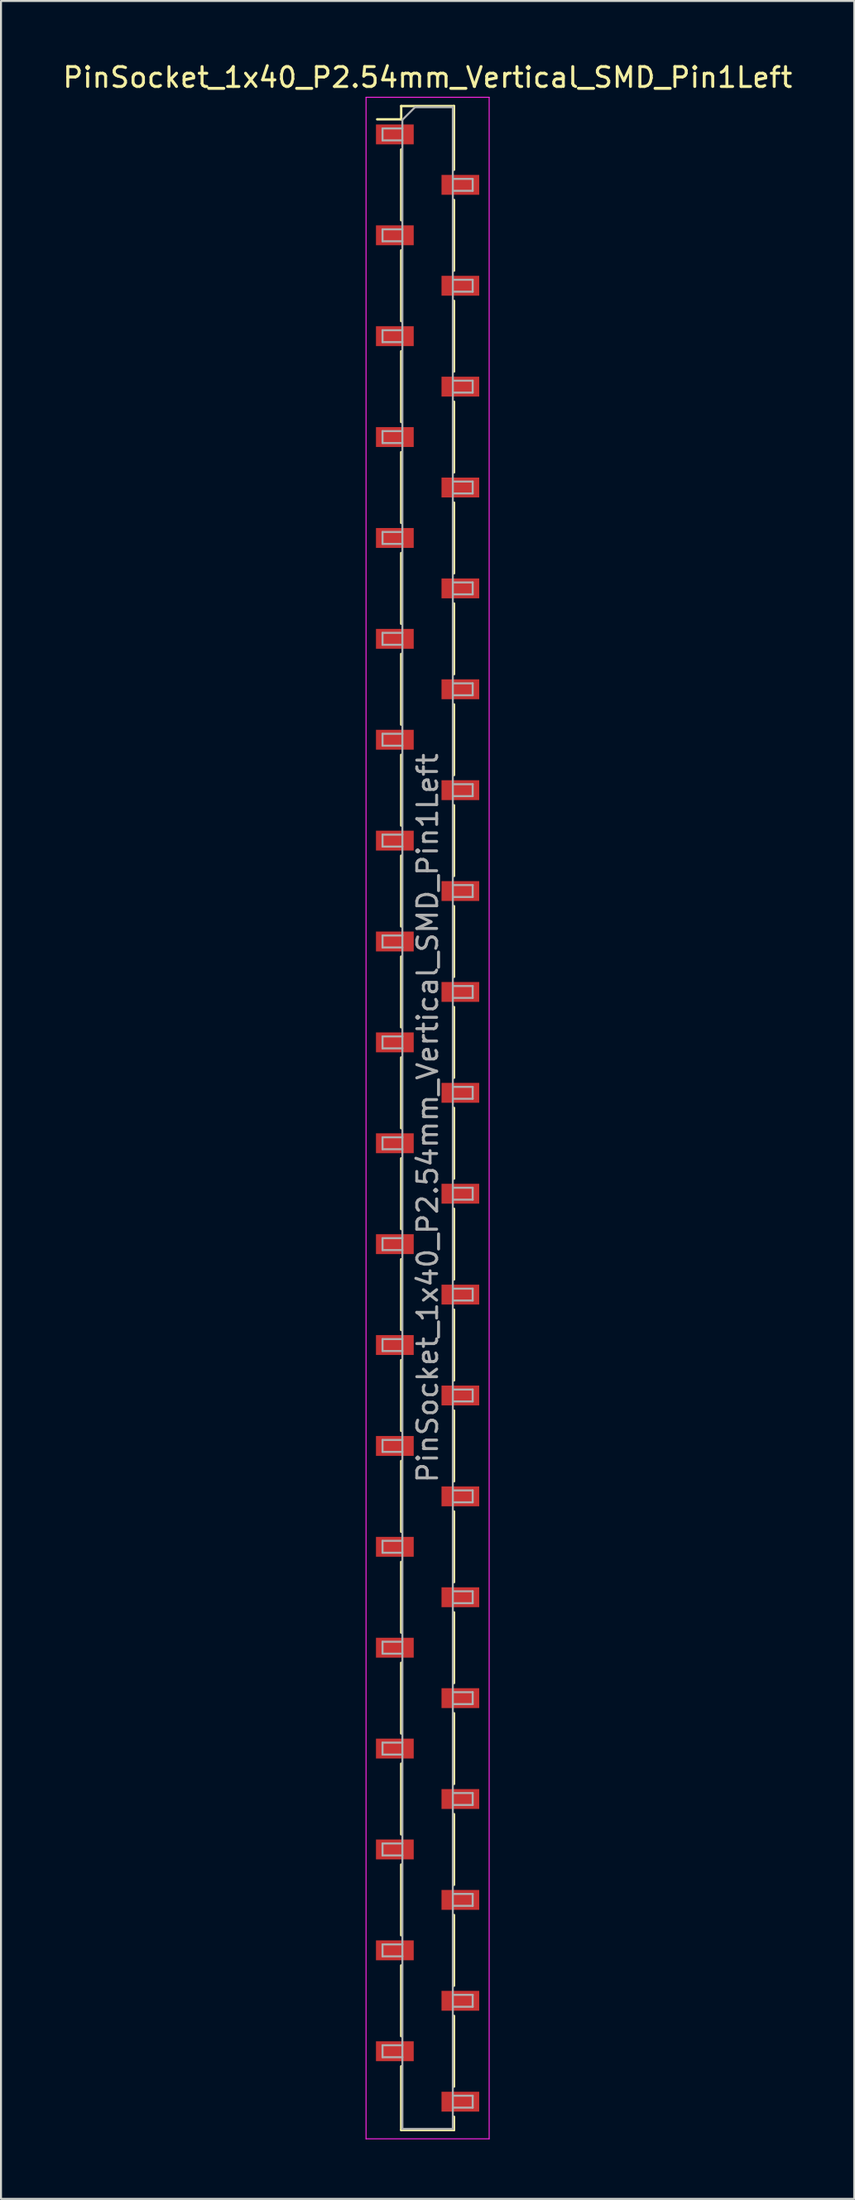
<source format=kicad_pcb>
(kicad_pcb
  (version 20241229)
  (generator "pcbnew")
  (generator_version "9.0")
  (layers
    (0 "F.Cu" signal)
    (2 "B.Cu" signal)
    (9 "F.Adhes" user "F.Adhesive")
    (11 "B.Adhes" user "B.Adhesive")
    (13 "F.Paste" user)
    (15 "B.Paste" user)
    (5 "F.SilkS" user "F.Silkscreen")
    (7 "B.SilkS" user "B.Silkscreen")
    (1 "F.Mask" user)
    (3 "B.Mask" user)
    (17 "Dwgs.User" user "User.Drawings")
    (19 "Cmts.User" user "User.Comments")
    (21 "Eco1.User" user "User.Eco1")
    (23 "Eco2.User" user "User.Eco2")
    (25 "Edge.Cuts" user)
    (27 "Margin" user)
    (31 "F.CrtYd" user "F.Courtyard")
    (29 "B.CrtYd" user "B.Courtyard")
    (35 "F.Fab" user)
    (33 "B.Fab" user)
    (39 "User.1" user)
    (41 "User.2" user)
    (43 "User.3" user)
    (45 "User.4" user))
  (footprint "PinSocket_1x40_P2.54mm_Vertical_SMD_Pin1Left"
    (layer "F.Cu")
    (at 18.482 53.248)
    (property "Reference" "PinSocket_1x40_P2.54mm_Vertical_SMD_Pin1Left" (at 0 -52.4 0) (layer "F.SilkS") (effects (font (size 1 1) (thickness 0.15))))
    (attr smd)
    (fp_line (start -2.54 -50.29) (end -1.33 -50.29) (stroke (width 0.12) (type solid)) (layer "F.SilkS"))
    (fp_line (start -1.33 -50.96) (end -1.33 -50.29) (stroke (width 0.12) (type solid)) (layer "F.SilkS"))
    (fp_line (start -1.33 -50.96) (end 1.33 -50.96) (stroke (width 0.12) (type solid)) (layer "F.SilkS"))
    (fp_line (start -1.33 -48.77) (end -1.33 -45.21) (stroke (width 0.12) (type solid)) (layer "F.SilkS"))
    (fp_line (start -1.33 -43.69) (end -1.33 -40.13) (stroke (width 0.12) (type solid)) (layer "F.SilkS"))
    (fp_line (start -1.33 -38.61) (end -1.33 -35.05) (stroke (width 0.12) (type solid)) (layer "F.SilkS"))
    (fp_line (start -1.33 -33.53) (end -1.33 -29.97) (stroke (width 0.12) (type solid)) (layer "F.SilkS"))
    (fp_line (start -1.33 -28.45) (end -1.33 -24.89) (stroke (width 0.12) (type solid)) (layer "F.SilkS"))
    (fp_line (start -1.33 -23.37) (end -1.33 -19.81) (stroke (width 0.12) (type solid)) (layer "F.SilkS"))
    (fp_line (start -1.33 -18.29) (end -1.33 -14.73) (stroke (width 0.12) (type solid)) (layer "F.SilkS"))
    (fp_line (start -1.33 -13.21) (end -1.33 -9.65) (stroke (width 0.12) (type solid)) (layer "F.SilkS"))
    (fp_line (start -1.33 -8.13) (end -1.33 -4.57) (stroke (width 0.12) (type solid)) (layer "F.SilkS"))
    (fp_line (start -1.33 -3.05) (end -1.33 0.51) (stroke (width 0.12) (type solid)) (layer "F.SilkS"))
    (fp_line (start -1.33 2.03) (end -1.33 5.59) (stroke (width 0.12) (type solid)) (layer "F.SilkS"))
    (fp_line (start -1.33 7.11) (end -1.33 10.67) (stroke (width 0.12) (type solid)) (layer "F.SilkS"))
    (fp_line (start -1.33 12.19) (end -1.33 15.75) (stroke (width 0.12) (type solid)) (layer "F.SilkS"))
    (fp_line (start -1.33 17.27) (end -1.33 20.83) (stroke (width 0.12) (type solid)) (layer "F.SilkS"))
    (fp_line (start -1.33 22.35) (end -1.33 25.91) (stroke (width 0.12) (type solid)) (layer "F.SilkS"))
    (fp_line (start -1.33 27.43) (end -1.33 30.99) (stroke (width 0.12) (type solid)) (layer "F.SilkS"))
    (fp_line (start -1.33 32.51) (end -1.33 36.07) (stroke (width 0.12) (type solid)) (layer "F.SilkS"))
    (fp_line (start -1.33 37.59) (end -1.33 41.15) (stroke (width 0.12) (type solid)) (layer "F.SilkS"))
    (fp_line (start -1.33 42.67) (end -1.33 46.23) (stroke (width 0.12) (type solid)) (layer "F.SilkS"))
    (fp_line (start -1.33 47.75) (end -1.33 50.96) (stroke (width 0.12) (type solid)) (layer "F.SilkS"))
    (fp_line (start -1.33 50.96) (end 1.33 50.96) (stroke (width 0.12) (type solid)) (layer "F.SilkS"))
    (fp_line (start 1.33 -50.96) (end 1.33 -47.75) (stroke (width 0.12) (type solid)) (layer "F.SilkS"))
    (fp_line (start 1.33 -46.23) (end 1.33 -42.67) (stroke (width 0.12) (type solid)) (layer "F.SilkS"))
    (fp_line (start 1.33 -41.15) (end 1.33 -37.59) (stroke (width 0.12) (type solid)) (layer "F.SilkS"))
    (fp_line (start 1.33 -36.07) (end 1.33 -32.51) (stroke (width 0.12) (type solid)) (layer "F.SilkS"))
    (fp_line (start 1.33 -30.99) (end 1.33 -27.43) (stroke (width 0.12) (type solid)) (layer "F.SilkS"))
    (fp_line (start 1.33 -25.91) (end 1.33 -22.35) (stroke (width 0.12) (type solid)) (layer "F.SilkS"))
    (fp_line (start 1.33 -20.83) (end 1.33 -17.27) (stroke (width 0.12) (type solid)) (layer "F.SilkS"))
    (fp_line (start 1.33 -15.75) (end 1.33 -12.19) (stroke (width 0.12) (type solid)) (layer "F.SilkS"))
    (fp_line (start 1.33 -10.67) (end 1.33 -7.11) (stroke (width 0.12) (type solid)) (layer "F.SilkS"))
    (fp_line (start 1.33 -5.59) (end 1.33 -2.03) (stroke (width 0.12) (type solid)) (layer "F.SilkS"))
    (fp_line (start 1.33 -0.51) (end 1.33 3.05) (stroke (width 0.12) (type solid)) (layer "F.SilkS"))
    (fp_line (start 1.33 4.57) (end 1.33 8.13) (stroke (width 0.12) (type solid)) (layer "F.SilkS"))
    (fp_line (start 1.33 9.65) (end 1.33 13.21) (stroke (width 0.12) (type solid)) (layer "F.SilkS"))
    (fp_line (start 1.33 14.73) (end 1.33 18.29) (stroke (width 0.12) (type solid)) (layer "F.SilkS"))
    (fp_line (start 1.33 19.81) (end 1.33 23.37) (stroke (width 0.12) (type solid)) (layer "F.SilkS"))
    (fp_line (start 1.33 24.89) (end 1.33 28.45) (stroke (width 0.12) (type solid)) (layer "F.SilkS"))
    (fp_line (start 1.33 29.97) (end 1.33 33.53) (stroke (width 0.12) (type solid)) (layer "F.SilkS"))
    (fp_line (start 1.33 35.05) (end 1.33 38.61) (stroke (width 0.12) (type solid)) (layer "F.SilkS"))
    (fp_line (start 1.33 40.13) (end 1.33 43.69) (stroke (width 0.12) (type solid)) (layer "F.SilkS"))
    (fp_line (start 1.33 45.21) (end 1.33 48.77) (stroke (width 0.12) (type solid)) (layer "F.SilkS"))
    (fp_line (start 1.33 50.29) (end 1.33 50.96) (stroke (width 0.12) (type solid)) (layer "F.SilkS"))
    (fp_line (start -3.1 -51.4) (end 3.1 -51.4) (stroke (width 0.05) (type solid)) (layer "F.CrtYd"))
    (fp_line (start -3.1 51.4) (end -3.1 -51.4) (stroke (width 0.05) (type solid)) (layer "F.CrtYd"))
    (fp_line (start 3.1 -51.4) (end 3.1 51.4) (stroke (width 0.05) (type solid)) (layer "F.CrtYd"))
    (fp_line (start 3.1 51.4) (end -3.1 51.4) (stroke (width 0.05) (type solid)) (layer "F.CrtYd"))
    (fp_line (start -2.27 -49.83) (end -1.27 -49.83) (stroke (width 0.1) (type solid)) (layer "F.Fab"))
    (fp_line (start -2.27 -49.23) (end -2.27 -49.83) (stroke (width 0.1) (type solid)) (layer "F.Fab"))
    (fp_line (start -2.27 -44.75) (end -1.27 -44.75) (stroke (width 0.1) (type solid)) (layer "F.Fab"))
    (fp_line (start -2.27 -44.15) (end -2.27 -44.75) (stroke (width 0.1) (type solid)) (layer "F.Fab"))
    (fp_line (start -2.27 -39.67) (end -1.27 -39.67) (stroke (width 0.1) (type solid)) (layer "F.Fab"))
    (fp_line (start -2.27 -39.07) (end -2.27 -39.67) (stroke (width 0.1) (type solid)) (layer "F.Fab"))
    (fp_line (start -2.27 -34.59) (end -1.27 -34.59) (stroke (width 0.1) (type solid)) (layer "F.Fab"))
    (fp_line (start -2.27 -33.99) (end -2.27 -34.59) (stroke (width 0.1) (type solid)) (layer "F.Fab"))
    (fp_line (start -2.27 -29.51) (end -1.27 -29.51) (stroke (width 0.1) (type solid)) (layer "F.Fab"))
    (fp_line (start -2.27 -28.91) (end -2.27 -29.51) (stroke (width 0.1) (type solid)) (layer "F.Fab"))
    (fp_line (start -2.27 -24.43) (end -1.27 -24.43) (stroke (width 0.1) (type solid)) (layer "F.Fab"))
    (fp_line (start -2.27 -23.83) (end -2.27 -24.43) (stroke (width 0.1) (type solid)) (layer "F.Fab"))
    (fp_line (start -2.27 -19.35) (end -1.27 -19.35) (stroke (width 0.1) (type solid)) (layer "F.Fab"))
    (fp_line (start -2.27 -18.75) (end -2.27 -19.35) (stroke (width 0.1) (type solid)) (layer "F.Fab"))
    (fp_line (start -2.27 -14.27) (end -1.27 -14.27) (stroke (width 0.1) (type solid)) (layer "F.Fab"))
    (fp_line (start -2.27 -13.67) (end -2.27 -14.27) (stroke (width 0.1) (type solid)) (layer "F.Fab"))
    (fp_line (start -2.27 -9.19) (end -1.27 -9.19) (stroke (width 0.1) (type solid)) (layer "F.Fab"))
    (fp_line (start -2.27 -8.59) (end -2.27 -9.19) (stroke (width 0.1) (type solid)) (layer "F.Fab"))
    (fp_line (start -2.27 -4.11) (end -1.27 -4.11) (stroke (width 0.1) (type solid)) (layer "F.Fab"))
    (fp_line (start -2.27 -3.51) (end -2.27 -4.11) (stroke (width 0.1) (type solid)) (layer "F.Fab"))
    (fp_line (start -2.27 0.97) (end -1.27 0.97) (stroke (width 0.1) (type solid)) (layer "F.Fab"))
    (fp_line (start -2.27 1.57) (end -2.27 0.97) (stroke (width 0.1) (type solid)) (layer "F.Fab"))
    (fp_line (start -2.27 6.05) (end -1.27 6.05) (stroke (width 0.1) (type solid)) (layer "F.Fab"))
    (fp_line (start -2.27 6.65) (end -2.27 6.05) (stroke (width 0.1) (type solid)) (layer "F.Fab"))
    (fp_line (start -2.27 11.13) (end -1.27 11.13) (stroke (width 0.1) (type solid)) (layer "F.Fab"))
    (fp_line (start -2.27 11.73) (end -2.27 11.13) (stroke (width 0.1) (type solid)) (layer "F.Fab"))
    (fp_line (start -2.27 16.21) (end -1.27 16.21) (stroke (width 0.1) (type solid)) (layer "F.Fab"))
    (fp_line (start -2.27 16.81) (end -2.27 16.21) (stroke (width 0.1) (type solid)) (layer "F.Fab"))
    (fp_line (start -2.27 21.29) (end -1.27 21.29) (stroke (width 0.1) (type solid)) (layer "F.Fab"))
    (fp_line (start -2.27 21.89) (end -2.27 21.29) (stroke (width 0.1) (type solid)) (layer "F.Fab"))
    (fp_line (start -2.27 26.37) (end -1.27 26.37) (stroke (width 0.1) (type solid)) (layer "F.Fab"))
    (fp_line (start -2.27 26.97) (end -2.27 26.37) (stroke (width 0.1) (type solid)) (layer "F.Fab"))
    (fp_line (start -2.27 31.45) (end -1.27 31.45) (stroke (width 0.1) (type solid)) (layer "F.Fab"))
    (fp_line (start -2.27 32.05) (end -2.27 31.45) (stroke (width 0.1) (type solid)) (layer "F.Fab"))
    (fp_line (start -2.27 36.53) (end -1.27 36.53) (stroke (width 0.1) (type solid)) (layer "F.Fab"))
    (fp_line (start -2.27 37.13) (end -2.27 36.53) (stroke (width 0.1) (type solid)) (layer "F.Fab"))
    (fp_line (start -2.27 41.61) (end -1.27 41.61) (stroke (width 0.1) (type solid)) (layer "F.Fab"))
    (fp_line (start -2.27 42.21) (end -2.27 41.61) (stroke (width 0.1) (type solid)) (layer "F.Fab"))
    (fp_line (start -2.27 46.69) (end -1.27 46.69) (stroke (width 0.1) (type solid)) (layer "F.Fab"))
    (fp_line (start -2.27 47.29) (end -2.27 46.69) (stroke (width 0.1) (type solid)) (layer "F.Fab"))
    (fp_line (start -1.27 -50.265) (end -0.635 -50.9) (stroke (width 0.1) (type solid)) (layer "F.Fab"))
    (fp_line (start -1.27 -49.23) (end -2.27 -49.23) (stroke (width 0.1) (type solid)) (layer "F.Fab"))
    (fp_line (start -1.27 -44.15) (end -2.27 -44.15) (stroke (width 0.1) (type solid)) (layer "F.Fab"))
    (fp_line (start -1.27 -39.07) (end -2.27 -39.07) (stroke (width 0.1) (type solid)) (layer "F.Fab"))
    (fp_line (start -1.27 -33.99) (end -2.27 -33.99) (stroke (width 0.1) (type solid)) (layer "F.Fab"))
    (fp_line (start -1.27 -28.91) (end -2.27 -28.91) (stroke (width 0.1) (type solid)) (layer "F.Fab"))
    (fp_line (start -1.27 -23.83) (end -2.27 -23.83) (stroke (width 0.1) (type solid)) (layer "F.Fab"))
    (fp_line (start -1.27 -18.75) (end -2.27 -18.75) (stroke (width 0.1) (type solid)) (layer "F.Fab"))
    (fp_line (start -1.27 -13.67) (end -2.27 -13.67) (stroke (width 0.1) (type solid)) (layer "F.Fab"))
    (fp_line (start -1.27 -8.59) (end -2.27 -8.59) (stroke (width 0.1) (type solid)) (layer "F.Fab"))
    (fp_line (start -1.27 -3.51) (end -2.27 -3.51) (stroke (width 0.1) (type solid)) (layer "F.Fab"))
    (fp_line (start -1.27 1.57) (end -2.27 1.57) (stroke (width 0.1) (type solid)) (layer "F.Fab"))
    (fp_line (start -1.27 6.65) (end -2.27 6.65) (stroke (width 0.1) (type solid)) (layer "F.Fab"))
    (fp_line (start -1.27 11.73) (end -2.27 11.73) (stroke (width 0.1) (type solid)) (layer "F.Fab"))
    (fp_line (start -1.27 16.81) (end -2.27 16.81) (stroke (width 0.1) (type solid)) (layer "F.Fab"))
    (fp_line (start -1.27 21.89) (end -2.27 21.89) (stroke (width 0.1) (type solid)) (layer "F.Fab"))
    (fp_line (start -1.27 26.97) (end -2.27 26.97) (stroke (width 0.1) (type solid)) (layer "F.Fab"))
    (fp_line (start -1.27 32.05) (end -2.27 32.05) (stroke (width 0.1) (type solid)) (layer "F.Fab"))
    (fp_line (start -1.27 37.13) (end -2.27 37.13) (stroke (width 0.1) (type solid)) (layer "F.Fab"))
    (fp_line (start -1.27 42.21) (end -2.27 42.21) (stroke (width 0.1) (type solid)) (layer "F.Fab"))
    (fp_line (start -1.27 47.29) (end -2.27 47.29) (stroke (width 0.1) (type solid)) (layer "F.Fab"))
    (fp_line (start -1.27 50.9) (end -1.27 -50.265) (stroke (width 0.1) (type solid)) (layer "F.Fab"))
    (fp_line (start -0.635 -50.9) (end 1.27 -50.9) (stroke (width 0.1) (type solid)) (layer "F.Fab"))
    (fp_line (start 1.27 -50.9) (end 1.27 50.9) (stroke (width 0.1) (type solid)) (layer "F.Fab"))
    (fp_line (start 1.27 -47.29) (end 2.27 -47.29) (stroke (width 0.1) (type solid)) (layer "F.Fab"))
    (fp_line (start 1.27 -42.21) (end 2.27 -42.21) (stroke (width 0.1) (type solid)) (layer "F.Fab"))
    (fp_line (start 1.27 -37.13) (end 2.27 -37.13) (stroke (width 0.1) (type solid)) (layer "F.Fab"))
    (fp_line (start 1.27 -32.05) (end 2.27 -32.05) (stroke (width 0.1) (type solid)) (layer "F.Fab"))
    (fp_line (start 1.27 -26.97) (end 2.27 -26.97) (stroke (width 0.1) (type solid)) (layer "F.Fab"))
    (fp_line (start 1.27 -21.89) (end 2.27 -21.89) (stroke (width 0.1) (type solid)) (layer "F.Fab"))
    (fp_line (start 1.27 -16.81) (end 2.27 -16.81) (stroke (width 0.1) (type solid)) (layer "F.Fab"))
    (fp_line (start 1.27 -11.73) (end 2.27 -11.73) (stroke (width 0.1) (type solid)) (layer "F.Fab"))
    (fp_line (start 1.27 -6.65) (end 2.27 -6.65) (stroke (width 0.1) (type solid)) (layer "F.Fab"))
    (fp_line (start 1.27 -1.57) (end 2.27 -1.57) (stroke (width 0.1) (type solid)) (layer "F.Fab"))
    (fp_line (start 1.27 3.51) (end 2.27 3.51) (stroke (width 0.1) (type solid)) (layer "F.Fab"))
    (fp_line (start 1.27 8.59) (end 2.27 8.59) (stroke (width 0.1) (type solid)) (layer "F.Fab"))
    (fp_line (start 1.27 13.67) (end 2.27 13.67) (stroke (width 0.1) (type solid)) (layer "F.Fab"))
    (fp_line (start 1.27 18.75) (end 2.27 18.75) (stroke (width 0.1) (type solid)) (layer "F.Fab"))
    (fp_line (start 1.27 23.83) (end 2.27 23.83) (stroke (width 0.1) (type solid)) (layer "F.Fab"))
    (fp_line (start 1.27 28.91) (end 2.27 28.91) (stroke (width 0.1) (type solid)) (layer "F.Fab"))
    (fp_line (start 1.27 33.99) (end 2.27 33.99) (stroke (width 0.1) (type solid)) (layer "F.Fab"))
    (fp_line (start 1.27 39.07) (end 2.27 39.07) (stroke (width 0.1) (type solid)) (layer "F.Fab"))
    (fp_line (start 1.27 44.15) (end 2.27 44.15) (stroke (width 0.1) (type solid)) (layer "F.Fab"))
    (fp_line (start 1.27 49.23) (end 2.27 49.23) (stroke (width 0.1) (type solid)) (layer "F.Fab"))
    (fp_line (start 1.27 50.9) (end -1.27 50.9) (stroke (width 0.1) (type solid)) (layer "F.Fab"))
    (fp_line (start 2.27 -47.29) (end 2.27 -46.69) (stroke (width 0.1) (type solid)) (layer "F.Fab"))
    (fp_line (start 2.27 -46.69) (end 1.27 -46.69) (stroke (width 0.1) (type solid)) (layer "F.Fab"))
    (fp_line (start 2.27 -42.21) (end 2.27 -41.61) (stroke (width 0.1) (type solid)) (layer "F.Fab"))
    (fp_line (start 2.27 -41.61) (end 1.27 -41.61) (stroke (width 0.1) (type solid)) (layer "F.Fab"))
    (fp_line (start 2.27 -37.13) (end 2.27 -36.53) (stroke (width 0.1) (type solid)) (layer "F.Fab"))
    (fp_line (start 2.27 -36.53) (end 1.27 -36.53) (stroke (width 0.1) (type solid)) (layer "F.Fab"))
    (fp_line (start 2.27 -32.05) (end 2.27 -31.45) (stroke (width 0.1) (type solid)) (layer "F.Fab"))
    (fp_line (start 2.27 -31.45) (end 1.27 -31.45) (stroke (width 0.1) (type solid)) (layer "F.Fab"))
    (fp_line (start 2.27 -26.97) (end 2.27 -26.37) (stroke (width 0.1) (type solid)) (layer "F.Fab"))
    (fp_line (start 2.27 -26.37) (end 1.27 -26.37) (stroke (width 0.1) (type solid)) (layer "F.Fab"))
    (fp_line (start 2.27 -21.89) (end 2.27 -21.29) (stroke (width 0.1) (type solid)) (layer "F.Fab"))
    (fp_line (start 2.27 -21.29) (end 1.27 -21.29) (stroke (width 0.1) (type solid)) (layer "F.Fab"))
    (fp_line (start 2.27 -16.81) (end 2.27 -16.21) (stroke (width 0.1) (type solid)) (layer "F.Fab"))
    (fp_line (start 2.27 -16.21) (end 1.27 -16.21) (stroke (width 0.1) (type solid)) (layer "F.Fab"))
    (fp_line (start 2.27 -11.73) (end 2.27 -11.13) (stroke (width 0.1) (type solid)) (layer "F.Fab"))
    (fp_line (start 2.27 -11.13) (end 1.27 -11.13) (stroke (width 0.1) (type solid)) (layer "F.Fab"))
    (fp_line (start 2.27 -6.65) (end 2.27 -6.05) (stroke (width 0.1) (type solid)) (layer "F.Fab"))
    (fp_line (start 2.27 -6.05) (end 1.27 -6.05) (stroke (width 0.1) (type solid)) (layer "F.Fab"))
    (fp_line (start 2.27 -1.57) (end 2.27 -0.97) (stroke (width 0.1) (type solid)) (layer "F.Fab"))
    (fp_line (start 2.27 -0.97) (end 1.27 -0.97) (stroke (width 0.1) (type solid)) (layer "F.Fab"))
    (fp_line (start 2.27 3.51) (end 2.27 4.11) (stroke (width 0.1) (type solid)) (layer "F.Fab"))
    (fp_line (start 2.27 4.11) (end 1.27 4.11) (stroke (width 0.1) (type solid)) (layer "F.Fab"))
    (fp_line (start 2.27 8.59) (end 2.27 9.19) (stroke (width 0.1) (type solid)) (layer "F.Fab"))
    (fp_line (start 2.27 9.19) (end 1.27 9.19) (stroke (width 0.1) (type solid)) (layer "F.Fab"))
    (fp_line (start 2.27 13.67) (end 2.27 14.27) (stroke (width 0.1) (type solid)) (layer "F.Fab"))
    (fp_line (start 2.27 14.27) (end 1.27 14.27) (stroke (width 0.1) (type solid)) (layer "F.Fab"))
    (fp_line (start 2.27 18.75) (end 2.27 19.35) (stroke (width 0.1) (type solid)) (layer "F.Fab"))
    (fp_line (start 2.27 19.35) (end 1.27 19.35) (stroke (width 0.1) (type solid)) (layer "F.Fab"))
    (fp_line (start 2.27 23.83) (end 2.27 24.43) (stroke (width 0.1) (type solid)) (layer "F.Fab"))
    (fp_line (start 2.27 24.43) (end 1.27 24.43) (stroke (width 0.1) (type solid)) (layer "F.Fab"))
    (fp_line (start 2.27 28.91) (end 2.27 29.51) (stroke (width 0.1) (type solid)) (layer "F.Fab"))
    (fp_line (start 2.27 29.51) (end 1.27 29.51) (stroke (width 0.1) (type solid)) (layer "F.Fab"))
    (fp_line (start 2.27 33.99) (end 2.27 34.59) (stroke (width 0.1) (type solid)) (layer "F.Fab"))
    (fp_line (start 2.27 34.59) (end 1.27 34.59) (stroke (width 0.1) (type solid)) (layer "F.Fab"))
    (fp_line (start 2.27 39.07) (end 2.27 39.67) (stroke (width 0.1) (type solid)) (layer "F.Fab"))
    (fp_line (start 2.27 39.67) (end 1.27 39.67) (stroke (width 0.1) (type solid)) (layer "F.Fab"))
    (fp_line (start 2.27 44.15) (end 2.27 44.75) (stroke (width 0.1) (type solid)) (layer "F.Fab"))
    (fp_line (start 2.27 44.75) (end 1.27 44.75) (stroke (width 0.1) (type solid)) (layer "F.Fab"))
    (fp_line (start 2.27 49.23) (end 2.27 49.83) (stroke (width 0.1) (type solid)) (layer "F.Fab"))
    (fp_line (start 2.27 49.83) (end 1.27 49.83) (stroke (width 0.1) (type solid)) (layer "F.Fab"))
    (fp_text user "${REFERENCE}" (at 0 0 90) (layer "F.Fab") (effects (font (size 1 1) (thickness 0.15))))
    (pad "1" smd rect (at -1.65 -49.53) (size 1.9 1) (layers "F.Cu" "F.Mask" "F.Paste"))
    (pad "2" smd rect (at 1.65 -46.99) (size 1.9 1) (layers "F.Cu" "F.Mask" "F.Paste"))
    (pad "3" smd rect (at -1.65 -44.45) (size 1.9 1) (layers "F.Cu" "F.Mask" "F.Paste"))
    (pad "4" smd rect (at 1.65 -41.91) (size 1.9 1) (layers "F.Cu" "F.Mask" "F.Paste"))
    (pad "5" smd rect (at -1.65 -39.37) (size 1.9 1) (layers "F.Cu" "F.Mask" "F.Paste"))
    (pad "6" smd rect (at 1.65 -36.83) (size 1.9 1) (layers "F.Cu" "F.Mask" "F.Paste"))
    (pad "7" smd rect (at -1.65 -34.29) (size 1.9 1) (layers "F.Cu" "F.Mask" "F.Paste"))
    (pad "8" smd rect (at 1.65 -31.75) (size 1.9 1) (layers "F.Cu" "F.Mask" "F.Paste"))
    (pad "9" smd rect (at -1.65 -29.21) (size 1.9 1) (layers "F.Cu" "F.Mask" "F.Paste"))
    (pad "10" smd rect (at 1.65 -26.67) (size 1.9 1) (layers "F.Cu" "F.Mask" "F.Paste"))
    (pad "11" smd rect (at -1.65 -24.13) (size 1.9 1) (layers "F.Cu" "F.Mask" "F.Paste"))
    (pad "12" smd rect (at 1.65 -21.59) (size 1.9 1) (layers "F.Cu" "F.Mask" "F.Paste"))
    (pad "13" smd rect (at -1.65 -19.05) (size 1.9 1) (layers "F.Cu" "F.Mask" "F.Paste"))
    (pad "14" smd rect (at 1.65 -16.51) (size 1.9 1) (layers "F.Cu" "F.Mask" "F.Paste"))
    (pad "15" smd rect (at -1.65 -13.97) (size 1.9 1) (layers "F.Cu" "F.Mask" "F.Paste"))
    (pad "16" smd rect (at 1.65 -11.43) (size 1.9 1) (layers "F.Cu" "F.Mask" "F.Paste"))
    (pad "17" smd rect (at -1.65 -8.89) (size 1.9 1) (layers "F.Cu" "F.Mask" "F.Paste"))
    (pad "18" smd rect (at 1.65 -6.35) (size 1.9 1) (layers "F.Cu" "F.Mask" "F.Paste"))
    (pad "19" smd rect (at -1.65 -3.81) (size 1.9 1) (layers "F.Cu" "F.Mask" "F.Paste"))
    (pad "20" smd rect (at 1.65 -1.27) (size 1.9 1) (layers "F.Cu" "F.Mask" "F.Paste"))
    (pad "21" smd rect (at -1.65 1.27) (size 1.9 1) (layers "F.Cu" "F.Mask" "F.Paste"))
    (pad "22" smd rect (at 1.65 3.81) (size 1.9 1) (layers "F.Cu" "F.Mask" "F.Paste"))
    (pad "23" smd rect (at -1.65 6.35) (size 1.9 1) (layers "F.Cu" "F.Mask" "F.Paste"))
    (pad "24" smd rect (at 1.65 8.89) (size 1.9 1) (layers "F.Cu" "F.Mask" "F.Paste"))
    (pad "25" smd rect (at -1.65 11.43) (size 1.9 1) (layers "F.Cu" "F.Mask" "F.Paste"))
    (pad "26" smd rect (at 1.65 13.97) (size 1.9 1) (layers "F.Cu" "F.Mask" "F.Paste"))
    (pad "27" smd rect (at -1.65 16.51) (size 1.9 1) (layers "F.Cu" "F.Mask" "F.Paste"))
    (pad "28" smd rect (at 1.65 19.05) (size 1.9 1) (layers "F.Cu" "F.Mask" "F.Paste"))
    (pad "29" smd rect (at -1.65 21.59) (size 1.9 1) (layers "F.Cu" "F.Mask" "F.Paste"))
    (pad "30" smd rect (at 1.65 24.13) (size 1.9 1) (layers "F.Cu" "F.Mask" "F.Paste"))
    (pad "31" smd rect (at -1.65 26.67) (size 1.9 1) (layers "F.Cu" "F.Mask" "F.Paste"))
    (pad "32" smd rect (at 1.65 29.21) (size 1.9 1) (layers "F.Cu" "F.Mask" "F.Paste"))
    (pad "33" smd rect (at -1.65 31.75) (size 1.9 1) (layers "F.Cu" "F.Mask" "F.Paste"))
    (pad "34" smd rect (at 1.65 34.29) (size 1.9 1) (layers "F.Cu" "F.Mask" "F.Paste"))
    (pad "35" smd rect (at -1.65 36.83) (size 1.9 1) (layers "F.Cu" "F.Mask" "F.Paste"))
    (pad "36" smd rect (at 1.65 39.37) (size 1.9 1) (layers "F.Cu" "F.Mask" "F.Paste"))
    (pad "37" smd rect (at -1.65 41.91) (size 1.9 1) (layers "F.Cu" "F.Mask" "F.Paste"))
    (pad "38" smd rect (at 1.65 44.45) (size 1.9 1) (layers "F.Cu" "F.Mask" "F.Paste"))
    (pad "39" smd rect (at -1.65 46.99) (size 1.9 1) (layers "F.Cu" "F.Mask" "F.Paste"))
    (pad "40" smd rect (at 1.65 49.53) (size 1.9 1) (layers "F.Cu" "F.Mask" "F.Paste")))
  (gr_rect
    (start -3 -3)
    (end 39.964 107.673)
    (stroke (width 0.1) (type default))
    (fill no)
    (layer "Edge.Cuts")))
</source>
